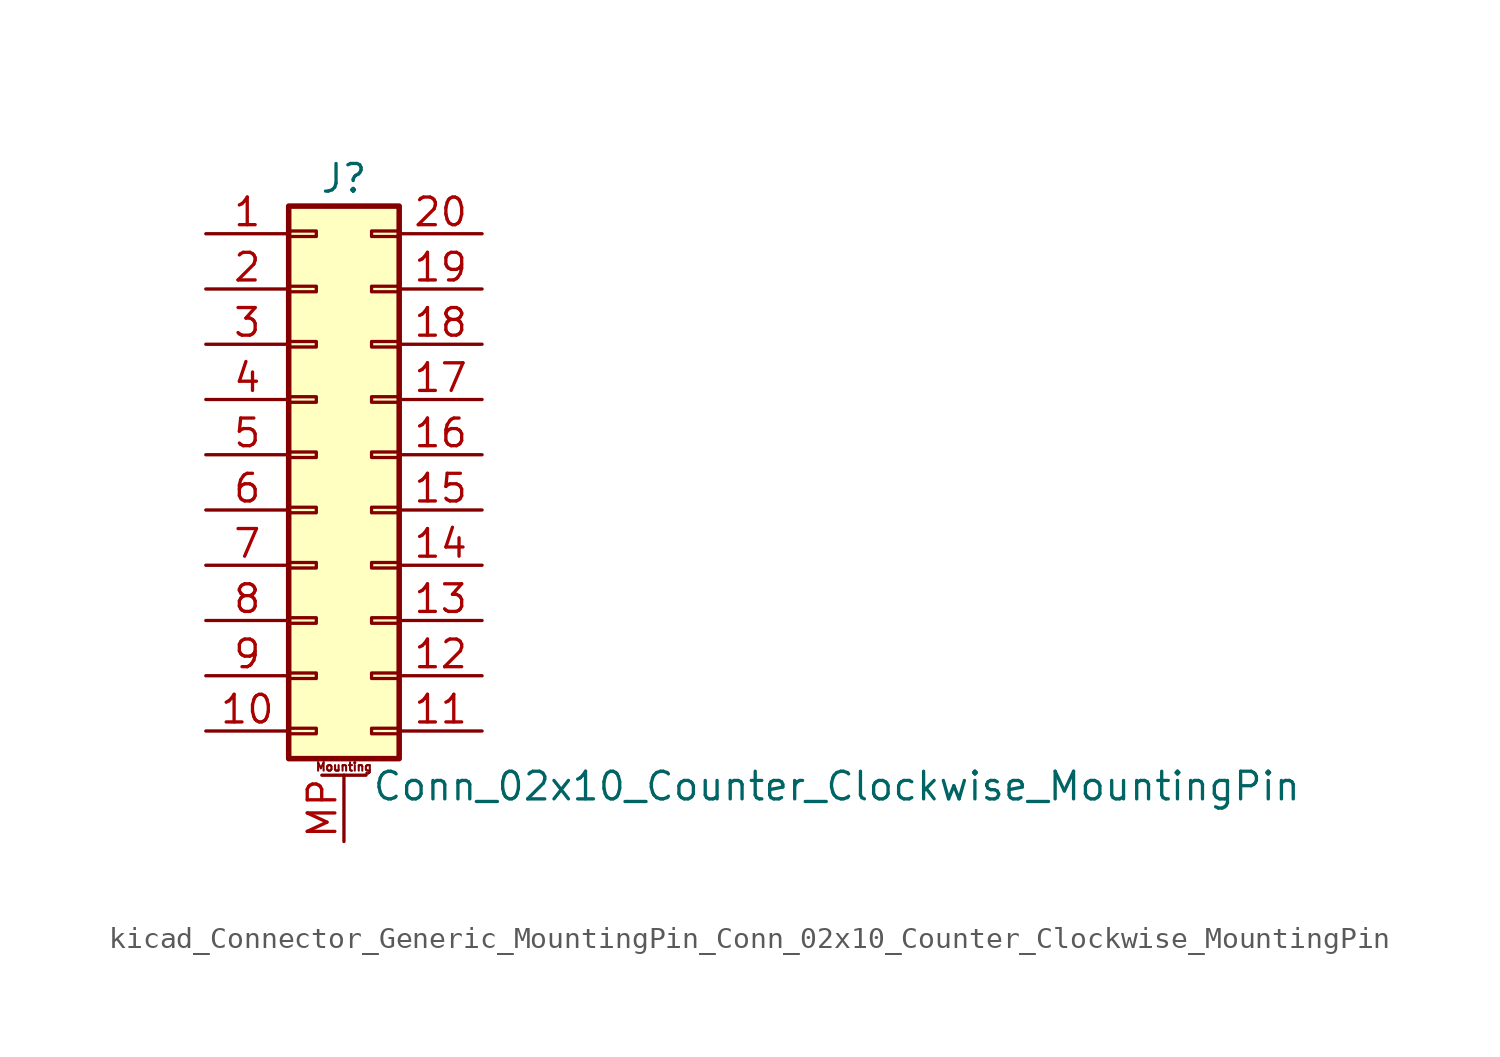
<source format=kicad_sym>
(kicad_symbol_lib
  (version 20220914)
  (generator kicad_symbol_editor)
  (symbol "kicad_Connector_Generic_MountingPin_Conn_02x10_Counter_Clockwise_MountingPin"
    (pin_names
      (offset 1.016) hide)
    (property "Reference" "J"
      (at 1.27 12.7 0)
      (effects (font (size 1.27 1.27))))
    (property "Value" "Conn_02x10_Counter_Clockwise_MountingPin"
      (at 2.54 -15.24 0)
      (effects (font (size 1.27 1.27)) (justify left)))
    (symbol "kicad_Connector_Generic_MountingPin_Conn_02x10_Counter_Clockwise_MountingPin_1_1"
      (rectangle (start -1.27 -12.573) (end 0 -12.827) (stroke (width 0.152) (type default)) (fill (type none)))
      (rectangle (start -1.27 -10.033) (end 0 -10.287) (stroke (width 0.152) (type default)) (fill (type none)))
      (rectangle (start -1.27 -7.493) (end 0 -7.747) (stroke (width 0.152) (type default)) (fill (type none)))
      (rectangle (start -1.27 -4.953) (end 0 -5.207) (stroke (width 0.152) (type default)) (fill (type none)))
      (rectangle (start -1.27 -2.413) (end 0 -2.667) (stroke (width 0.152) (type default)) (fill (type none)))
      (rectangle (start -1.27 0.127) (end 0 -0.127) (stroke (width 0.152) (type default)) (fill (type none)))
      (rectangle (start -1.27 2.667) (end 0 2.413) (stroke (width 0.152) (type default)) (fill (type none)))
      (rectangle (start -1.27 5.207) (end 0 4.953) (stroke (width 0.152) (type default)) (fill (type none)))
      (rectangle (start -1.27 7.747) (end 0 7.493) (stroke (width 0.152) (type default)) (fill (type none)))
      (rectangle (start -1.27 10.287) (end 0 10.033) (stroke (width 0.152) (type default)) (fill (type none)))
      (rectangle (start -1.27 11.43) (end 3.81 -13.97) (stroke (width 0.254) (type default)) (fill (type background)))
      (polyline (pts (xy 0.254 -14.732) (xy 2.286 -14.732)) (stroke (width 0.152) (type default)) (fill (type none)))
      (rectangle (start 3.81 -12.573) (end 2.54 -12.827) (stroke (width 0.152) (type default)) (fill (type none)))
      (rectangle (start 3.81 -10.033) (end 2.54 -10.287) (stroke (width 0.152) (type default)) (fill (type none)))
      (rectangle (start 3.81 -7.493) (end 2.54 -7.747) (stroke (width 0.152) (type default)) (fill (type none)))
      (rectangle (start 3.81 -4.953) (end 2.54 -5.207) (stroke (width 0.152) (type default)) (fill (type none)))
      (rectangle (start 3.81 -2.413) (end 2.54 -2.667) (stroke (width 0.152) (type default)) (fill (type none)))
      (rectangle (start 3.81 0.127) (end 2.54 -0.127) (stroke (width 0.152) (type default)) (fill (type none)))
      (rectangle (start 3.81 2.667) (end 2.54 2.413) (stroke (width 0.152) (type default)) (fill (type none)))
      (rectangle (start 3.81 5.207) (end 2.54 4.953) (stroke (width 0.152) (type default)) (fill (type none)))
      (rectangle (start 3.81 7.747) (end 2.54 7.493) (stroke (width 0.152) (type default)) (fill (type none)))
      (rectangle (start 3.81 10.287) (end 2.54 10.033) (stroke (width 0.152) (type default)) (fill (type none)))
      (text "Mounting" (at 1.27 -14.351 0) (effects (font (size 0.381 0.381))))
      (pin passive line (at -5.08 10.16 0) (length 3.81) (name "Pin_1" (effects (font (size 1.27 1.27)))) (number "1" (effects (font (size 1.27 1.27)))))
      (pin passive line (at -5.08 -12.7 0) (length 3.81) (name "Pin_10" (effects (font (size 1.27 1.27)))) (number "10" (effects (font (size 1.27 1.27)))))
      (pin passive line (at 7.62 -12.7 180) (length 3.81) (name "Pin_11" (effects (font (size 1.27 1.27)))) (number "11" (effects (font (size 1.27 1.27)))))
      (pin passive line (at 7.62 -10.16 180) (length 3.81) (name "Pin_12" (effects (font (size 1.27 1.27)))) (number "12" (effects (font (size 1.27 1.27)))))
      (pin passive line (at 7.62 -7.62 180) (length 3.81) (name "Pin_13" (effects (font (size 1.27 1.27)))) (number "13" (effects (font (size 1.27 1.27)))))
      (pin passive line (at 7.62 -5.08 180) (length 3.81) (name "Pin_14" (effects (font (size 1.27 1.27)))) (number "14" (effects (font (size 1.27 1.27)))))
      (pin passive line (at 7.62 -2.54 180) (length 3.81) (name "Pin_15" (effects (font (size 1.27 1.27)))) (number "15" (effects (font (size 1.27 1.27)))))
      (pin passive line (at 7.62 0 180) (length 3.81) (name "Pin_16" (effects (font (size 1.27 1.27)))) (number "16" (effects (font (size 1.27 1.27)))))
      (pin passive line (at 7.62 2.54 180) (length 3.81) (name "Pin_17" (effects (font (size 1.27 1.27)))) (number "17" (effects (font (size 1.27 1.27)))))
      (pin passive line (at 7.62 5.08 180) (length 3.81) (name "Pin_18" (effects (font (size 1.27 1.27)))) (number "18" (effects (font (size 1.27 1.27)))))
      (pin passive line (at 7.62 7.62 180) (length 3.81) (name "Pin_19" (effects (font (size 1.27 1.27)))) (number "19" (effects (font (size 1.27 1.27)))))
      (pin passive line (at -5.08 7.62 0) (length 3.81) (name "Pin_2" (effects (font (size 1.27 1.27)))) (number "2" (effects (font (size 1.27 1.27)))))
      (pin passive line (at 7.62 10.16 180) (length 3.81) (name "Pin_20" (effects (font (size 1.27 1.27)))) (number "20" (effects (font (size 1.27 1.27)))))
      (pin passive line (at -5.08 5.08 0) (length 3.81) (name "Pin_3" (effects (font (size 1.27 1.27)))) (number "3" (effects (font (size 1.27 1.27)))))
      (pin passive line (at -5.08 2.54 0) (length 3.81) (name "Pin_4" (effects (font (size 1.27 1.27)))) (number "4" (effects (font (size 1.27 1.27)))))
      (pin passive line (at -5.08 0 0) (length 3.81) (name "Pin_5" (effects (font (size 1.27 1.27)))) (number "5" (effects (font (size 1.27 1.27)))))
      (pin passive line (at -5.08 -2.54 0) (length 3.81) (name "Pin_6" (effects (font (size 1.27 1.27)))) (number "6" (effects (font (size 1.27 1.27)))))
      (pin passive line (at -5.08 -5.08 0) (length 3.81) (name "Pin_7" (effects (font (size 1.27 1.27)))) (number "7" (effects (font (size 1.27 1.27)))))
      (pin passive line (at -5.08 -7.62 0) (length 3.81) (name "Pin_8" (effects (font (size 1.27 1.27)))) (number "8" (effects (font (size 1.27 1.27)))))
      (pin passive line (at -5.08 -10.16 0) (length 3.81) (name "Pin_9" (effects (font (size 1.27 1.27)))) (number "9" (effects (font (size 1.27 1.27)))))
      (pin passive line (at 1.27 -17.78 90) (length 3.048) (name "MountPin" (effects (font (size 1.27 1.27)))) (number "MP" (effects (font (size 1.27 1.27))))))))
</source>
